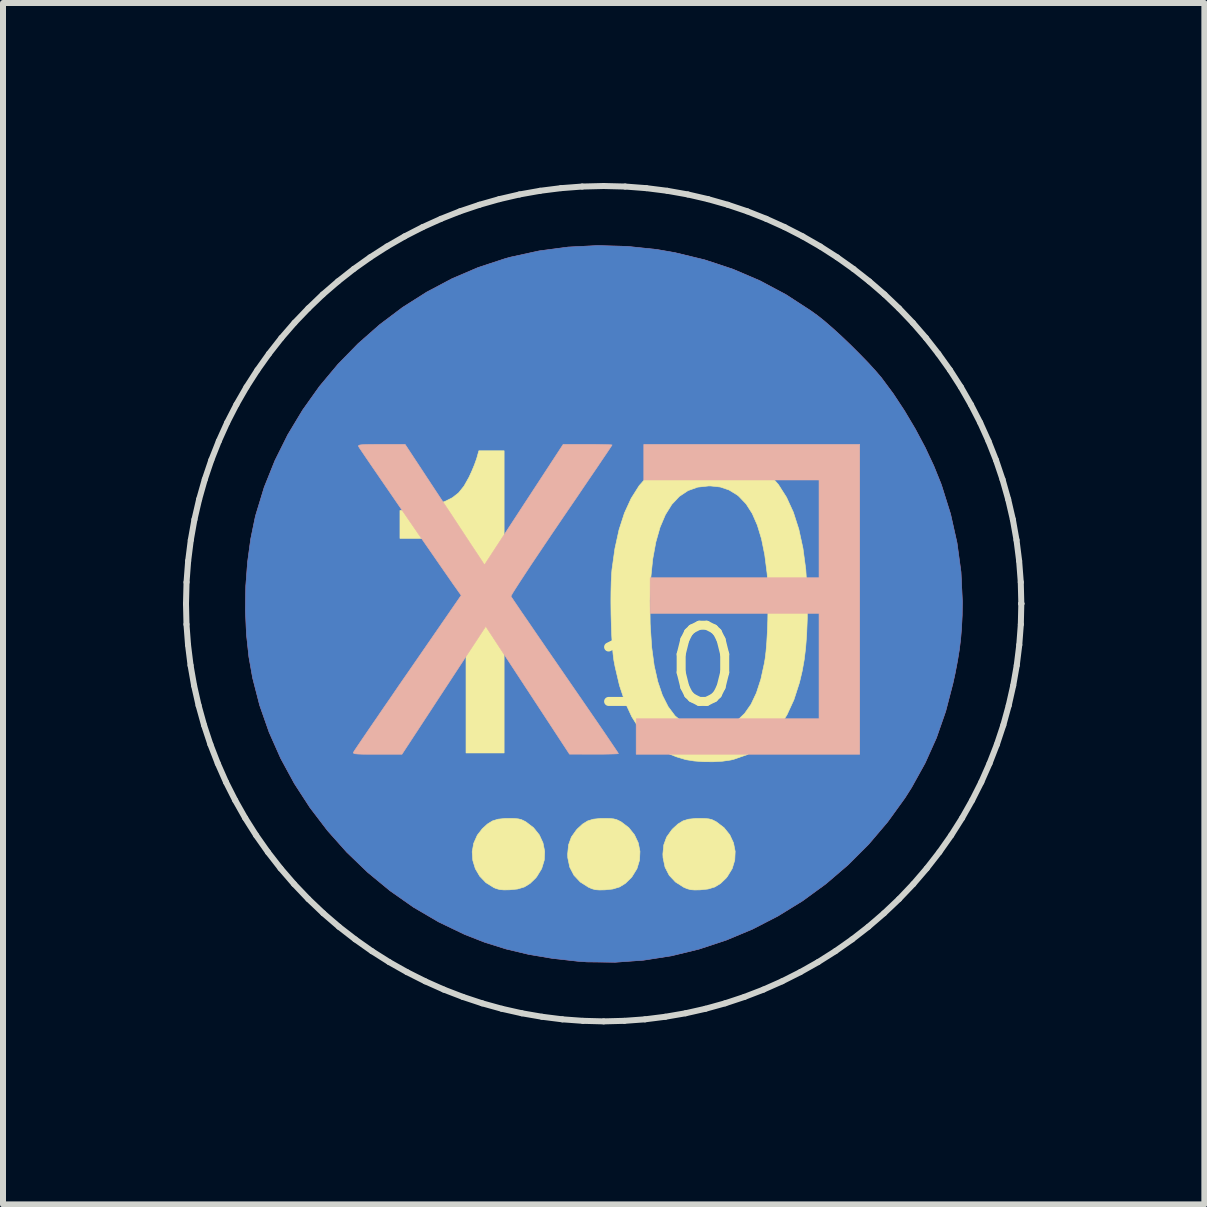
<source format=kicad_pcb>
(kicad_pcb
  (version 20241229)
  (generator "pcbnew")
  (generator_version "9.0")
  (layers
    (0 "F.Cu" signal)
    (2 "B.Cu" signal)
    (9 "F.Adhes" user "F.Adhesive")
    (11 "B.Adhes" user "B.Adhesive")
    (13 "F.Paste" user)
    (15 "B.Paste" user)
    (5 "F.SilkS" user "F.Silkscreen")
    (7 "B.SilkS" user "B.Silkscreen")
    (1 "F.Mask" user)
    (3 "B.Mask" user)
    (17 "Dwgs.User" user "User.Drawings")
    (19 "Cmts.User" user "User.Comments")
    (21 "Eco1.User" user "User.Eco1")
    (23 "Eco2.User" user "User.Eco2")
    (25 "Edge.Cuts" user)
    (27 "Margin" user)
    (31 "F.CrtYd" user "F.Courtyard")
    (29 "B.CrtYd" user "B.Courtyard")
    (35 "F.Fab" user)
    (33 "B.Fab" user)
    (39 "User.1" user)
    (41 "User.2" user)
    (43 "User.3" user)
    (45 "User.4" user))
  (footprint "10"
    (layer "F.Cu")
    (at 8.061 8.061)
    (property "Reference" "10" (at 0 0 0) (layer "F.SilkS") (effects (font (size 1.27 1.27) (thickness 0.15))))
    (attr through_hole)
    (fp_poly (pts (xy -0.654 -7.004) (xy -0.162 -6.952) (xy 0.141 -6.899) (xy 0.632 -6.78) (xy 1.104 -6.624) (xy 1.555 -6.431) (xy 1.988 -6.2) (xy 2.402 -5.931) (xy 2.517 -5.848) (xy 2.632 -5.756) (xy 2.767 -5.639) (xy 2.914 -5.505) (xy 3.067 -5.359) (xy 3.217 -5.209) (xy 3.358 -5.064) (xy 3.482 -4.928) (xy 3.582 -4.811) (xy 3.586 -4.805) (xy 3.776 -4.549) (xy 3.963 -4.265) (xy 4.143 -3.962) (xy 4.308 -3.652) (xy 4.452 -3.345) (xy 4.57 -3.053) (xy 4.58 -3.026) (xy 4.731 -2.544) (xy 4.839 -2.062) (xy 4.905 -1.577) (xy 4.928 -1.09) (xy 4.925 -0.857) (xy 4.915 -0.654) (xy 4.9 -0.468) (xy 4.878 -0.286) (xy 4.847 -0.096) (xy 4.807 0.113) (xy 4.771 0.278) (xy 4.65 0.744) (xy 4.496 1.186) (xy 4.307 1.607) (xy 4.082 2.013) (xy 3.971 2.188) (xy 3.683 2.587) (xy 3.366 2.96) (xy 3.022 3.304) (xy 2.654 3.619) (xy 2.265 3.903) (xy 1.856 4.155) (xy 1.431 4.374) (xy 0.991 4.558) (xy 0.54 4.707) (xy 0.08 4.819) (xy -0.387 4.892) (xy -0.858 4.926) (xy -1.331 4.92) (xy -1.482 4.909) (xy -1.908 4.861) (xy -2.303 4.794) (xy -2.676 4.705) (xy -3.033 4.593) (xy -3.365 4.463) (xy -3.8 4.254) (xy -4.217 4.01) (xy -4.612 3.733) (xy -4.984 3.426) (xy -5.331 3.092) (xy -5.651 2.733) (xy -5.943 2.35) (xy -6.204 1.948) (xy -6.432 1.528) (xy -6.625 1.093) (xy -6.782 0.645) (xy -6.9 0.187) (xy -6.962 -0.162) (xy -7.003 -0.543) (xy -7.02 -0.94) (xy -7.014 -1.343) (xy -6.984 -1.742) (xy -6.932 -2.126) (xy -6.858 -2.485) (xy -6.847 -2.529) (xy -6.707 -2.989) (xy -6.528 -3.435) (xy -6.314 -3.865) (xy -6.066 -4.277) (xy -5.787 -4.669) (xy -5.479 -5.038) (xy -5.143 -5.382) (xy -4.783 -5.699) (xy -4.401 -5.987) (xy -3.997 -6.243) (xy -3.576 -6.466) (xy -3.139 -6.653) (xy -2.688 -6.801) (xy -2.596 -6.826) (xy -2.124 -6.929) (xy -1.64 -6.993) (xy -1.148 -7.018) (xy -0.654 -7.004)) (stroke (width 0.01) (type solid)) (fill yes) (layer "F.Cu"))
    (fp_poly (pts (xy -0.654 -7.004) (xy -0.162 -6.952) (xy 0.141 -6.899) (xy 0.632 -6.78) (xy 1.104 -6.624) (xy 1.555 -6.431) (xy 1.988 -6.2) (xy 2.402 -5.931) (xy 2.517 -5.848) (xy 2.632 -5.756) (xy 2.767 -5.639) (xy 2.914 -5.505) (xy 3.067 -5.359) (xy 3.217 -5.209) (xy 3.358 -5.064) (xy 3.482 -4.928) (xy 3.582 -4.811) (xy 3.586 -4.805) (xy 3.776 -4.549) (xy 3.963 -4.265) (xy 4.143 -3.962) (xy 4.308 -3.652) (xy 4.452 -3.345) (xy 4.57 -3.053) (xy 4.58 -3.026) (xy 4.731 -2.544) (xy 4.839 -2.062) (xy 4.905 -1.577) (xy 4.928 -1.09) (xy 4.925 -0.857) (xy 4.915 -0.654) (xy 4.9 -0.468) (xy 4.878 -0.286) (xy 4.847 -0.096) (xy 4.807 0.113) (xy 4.771 0.278) (xy 4.65 0.744) (xy 4.496 1.186) (xy 4.307 1.607) (xy 4.082 2.013) (xy 3.971 2.188) (xy 3.683 2.587) (xy 3.366 2.96) (xy 3.022 3.304) (xy 2.654 3.619) (xy 2.265 3.903) (xy 1.856 4.155) (xy 1.431 4.374) (xy 0.991 4.558) (xy 0.54 4.707) (xy 0.08 4.819) (xy -0.387 4.892) (xy -0.858 4.926) (xy -1.331 4.92) (xy -1.482 4.909) (xy -1.908 4.861) (xy -2.303 4.794) (xy -2.676 4.705) (xy -3.033 4.593) (xy -3.365 4.463) (xy -3.8 4.254) (xy -4.217 4.01) (xy -4.612 3.733) (xy -4.984 3.426) (xy -5.331 3.092) (xy -5.651 2.733) (xy -5.943 2.35) (xy -6.204 1.948) (xy -6.432 1.528) (xy -6.625 1.093) (xy -6.782 0.645) (xy -6.9 0.187) (xy -6.962 -0.162) (xy -7.003 -0.543) (xy -7.02 -0.94) (xy -7.014 -1.343) (xy -6.984 -1.742) (xy -6.932 -2.126) (xy -6.858 -2.485) (xy -6.847 -2.529) (xy -6.707 -2.989) (xy -6.528 -3.435) (xy -6.314 -3.865) (xy -6.066 -4.277) (xy -5.787 -4.669) (xy -5.479 -5.038) (xy -5.143 -5.382) (xy -4.783 -5.699) (xy -4.401 -5.987) (xy -3.997 -6.243) (xy -3.576 -6.466) (xy -3.139 -6.653) (xy -2.688 -6.801) (xy -2.596 -6.826) (xy -2.124 -6.929) (xy -1.64 -6.993) (xy -1.148 -7.018) (xy -0.654 -7.004)) (stroke (width 0.01) (type solid)) (fill yes) (layer "B.Cu"))
    (fp_poly (pts (xy -2.709 1.439) (xy -3.344 1.439) (xy -3.344 -2.138) (xy -4.445 -2.138) (xy -4.445 -2.603) (xy -4.389 -2.603) (xy -4.332 -2.609) (xy -4.245 -2.623) (xy -4.137 -2.643) (xy -4.021 -2.668) (xy -3.906 -2.695) (xy -3.802 -2.722) (xy -3.722 -2.745) (xy -3.696 -2.754) (xy -3.571 -2.816) (xy -3.467 -2.898) (xy -3.377 -3.01) (xy -3.295 -3.156) (xy -3.292 -3.162) (xy -3.247 -3.26) (xy -3.205 -3.361) (xy -3.174 -3.447) (xy -3.164 -3.477) (xy -3.13 -3.598) (xy -2.709 -3.598) (xy -2.709 1.439)) (stroke (width 0.01) (type solid)) (fill yes) (layer "F.SilkS"))
    (fp_poly (pts (xy -2.539 2.531) (xy -2.472 2.537) (xy -2.42 2.55) (xy -2.37 2.574) (xy -2.346 2.587) (xy -2.219 2.684) (xy -2.123 2.803) (xy -2.061 2.937) (xy -2.033 3.079) (xy -2.04 3.225) (xy -2.083 3.367) (xy -2.164 3.499) (xy -2.184 3.524) (xy -2.276 3.613) (xy -2.372 3.672) (xy -2.485 3.706) (xy -2.614 3.719) (xy -2.711 3.721) (xy -2.782 3.715) (xy -2.842 3.698) (xy -2.879 3.683) (xy -3.012 3.6) (xy -3.116 3.492) (xy -3.189 3.367) (xy -3.231 3.229) (xy -3.241 3.086) (xy -3.216 2.944) (xy -3.156 2.809) (xy -3.073 2.702) (xy -2.987 2.623) (xy -2.903 2.571) (xy -2.809 2.542) (xy -2.69 2.53) (xy -2.635 2.53) (xy -2.539 2.531)) (stroke (width 0.01) (type solid)) (fill yes) (layer "F.SilkS"))
    (fp_poly (pts (xy -0.952 2.531) (xy -0.884 2.537) (xy -0.833 2.55) (xy -0.783 2.574) (xy -0.758 2.587) (xy -0.631 2.684) (xy -0.536 2.803) (xy -0.473 2.937) (xy -0.445 3.079) (xy -0.452 3.225) (xy -0.495 3.367) (xy -0.576 3.499) (xy -0.597 3.524) (xy -0.689 3.613) (xy -0.785 3.672) (xy -0.898 3.706) (xy -1.027 3.72) (xy -1.12 3.722) (xy -1.188 3.717) (xy -1.246 3.701) (xy -1.302 3.677) (xy -1.44 3.589) (xy -1.545 3.477) (xy -1.615 3.342) (xy -1.648 3.186) (xy -1.65 3.122) (xy -1.635 2.97) (xy -1.588 2.84) (xy -1.505 2.723) (xy -1.486 2.702) (xy -1.4 2.623) (xy -1.316 2.571) (xy -1.221 2.542) (xy -1.103 2.53) (xy -1.048 2.53) (xy -0.952 2.531)) (stroke (width 0.01) (type solid)) (fill yes) (layer "F.SilkS"))
    (fp_poly (pts (xy 0.636 2.531) (xy 0.703 2.537) (xy 0.755 2.55) (xy 0.805 2.574) (xy 0.829 2.587) (xy 0.956 2.684) (xy 1.052 2.803) (xy 1.114 2.937) (xy 1.142 3.079) (xy 1.135 3.225) (xy 1.092 3.367) (xy 1.011 3.499) (xy 0.991 3.524) (xy 0.899 3.613) (xy 0.803 3.672) (xy 0.69 3.706) (xy 0.561 3.72) (xy 0.467 3.722) (xy 0.4 3.717) (xy 0.342 3.701) (xy 0.285 3.677) (xy 0.147 3.589) (xy 0.042 3.477) (xy -0.027 3.342) (xy -0.06 3.186) (xy -0.063 3.122) (xy -0.048 2.97) (xy -0.000322 2.84) (xy 0.083 2.723) (xy 0.102 2.702) (xy 0.188 2.623) (xy 0.272 2.571) (xy 0.366 2.542) (xy 0.485 2.53) (xy 0.54 2.53) (xy 0.636 2.531)) (stroke (width 0.01) (type solid)) (fill yes) (layer "F.SilkS"))
    (fp_poly (pts (xy 0.96 -3.567) (xy 1.173 -3.525) (xy 1.364 -3.453) (xy 1.54 -3.35) (xy 1.704 -3.214) (xy 1.862 -3.036) (xy 1.998 -2.822) (xy 2.112 -2.573) (xy 2.203 -2.289) (xy 2.272 -1.971) (xy 2.319 -1.619) (xy 2.343 -1.235) (xy 2.344 -0.818) (xy 2.343 -0.776) (xy 2.333 -0.526) (xy 2.316 -0.308) (xy 2.292 -0.112) (xy 2.259 0.073) (xy 2.216 0.255) (xy 2.212 0.27) (xy 2.121 0.552) (xy 2.006 0.802) (xy 1.87 1.02) (xy 1.712 1.205) (xy 1.534 1.354) (xy 1.337 1.468) (xy 1.122 1.543) (xy 1.069 1.556) (xy 0.932 1.576) (xy 0.775 1.585) (xy 0.611 1.584) (xy 0.457 1.572) (xy 0.326 1.551) (xy 0.307 1.546) (xy 0.17 1.505) (xy 0.06 1.462) (xy -0.042 1.409) (xy -0.127 1.354) (xy -0.299 1.215) (xy -0.45 1.042) (xy -0.581 0.835) (xy -0.693 0.593) (xy -0.786 0.314) (xy -0.86 -0.001) (xy -0.88 -0.106) (xy -0.893 -0.209) (xy -0.905 -0.347) (xy -0.915 -0.51) (xy -0.922 -0.69) (xy -0.927 -0.878) (xy -0.929 -1.067) (xy -0.929 -1.116) (xy -0.279 -1.116) (xy -0.275 -0.722) (xy -0.272 -0.664) (xy -0.249 -0.321) (xy -0.208 -0.017) (xy -0.148 0.249) (xy -0.071 0.477) (xy 0.025 0.667) (xy 0.139 0.819) (xy 0.272 0.933) (xy 0.422 1.009) (xy 0.591 1.048) (xy 0.73 1.052) (xy 0.847 1.042) (xy 0.945 1.019) (xy 1.031 0.985) (xy 1.174 0.9) (xy 1.299 0.781) (xy 1.406 0.628) (xy 1.496 0.438) (xy 1.57 0.21) (xy 1.628 -0.055) (xy 1.641 -0.131) (xy 1.656 -0.254) (xy 1.669 -0.41) (xy 1.679 -0.589) (xy 1.686 -0.782) (xy 1.689 -0.978) (xy 1.69 -1.169) (xy 1.686 -1.344) (xy 1.679 -1.494) (xy 1.674 -1.556) (xy 1.635 -1.862) (xy 1.581 -2.129) (xy 1.511 -2.359) (xy 1.426 -2.553) (xy 1.324 -2.712) (xy 1.205 -2.837) (xy 1.173 -2.863) (xy 1.039 -2.945) (xy 0.894 -2.994) (xy 0.729 -3.012) (xy 0.699 -3.012) (xy 0.518 -2.992) (xy 0.356 -2.934) (xy 0.212 -2.838) (xy 0.086 -2.704) (xy -0.021 -2.532) (xy -0.11 -2.323) (xy -0.18 -2.077) (xy -0.232 -1.794) (xy -0.265 -1.473) (xy -0.279 -1.116) (xy -0.929 -1.116) (xy -0.928 -1.247) (xy -0.924 -1.411) (xy -0.917 -1.549) (xy -0.912 -1.614) (xy -0.863 -1.965) (xy -0.794 -2.28) (xy -0.704 -2.559) (xy -0.592 -2.804) (xy -0.459 -3.015) (xy -0.303 -3.193) (xy -0.176 -3.302) (xy -0.013 -3.412) (xy 0.148 -3.491) (xy 0.319 -3.544) (xy 0.509 -3.573) (xy 0.72 -3.581) (xy 0.96 -3.567)) (stroke (width 0.01) (type solid)) (fill yes) (layer "F.SilkS"))
    (fp_poly (pts (xy 3.217 1.46) (xy -0.508 1.46) (xy -0.508 0.868) (xy 2.54 0.868) (xy 2.54 -0.889) (xy -0.275 -0.889) (xy -0.275 -1.482) (xy 2.54 -1.482) (xy 2.54 -3.111) (xy -0.381 -3.111) (xy -0.381 -3.704) (xy 3.217 -3.704) (xy 3.217 1.46)) (stroke (width 0.01) (type solid)) (fill yes) (layer "B.SilkS"))
    (fp_poly (pts (xy -3.882 -2.979) (xy -3.77 -2.809) (xy -3.657 -2.638) (xy -3.548 -2.473) (xy -3.447 -2.319) (xy -3.357 -2.182) (xy -3.282 -2.068) (xy -3.226 -1.983) (xy -3.22 -1.975) (xy -3.036 -1.696) (xy -2.381 -2.7) (xy -1.725 -3.704) (xy -1.318 -3.704) (xy -1.192 -3.704) (xy -1.081 -3.702) (xy -0.993 -3.7) (xy -0.934 -3.698) (xy -0.91 -3.695) (xy -0.91 -3.695) (xy -0.922 -3.676) (xy -0.955 -3.626) (xy -1.009 -3.545) (xy -1.081 -3.439) (xy -1.169 -3.308) (xy -1.272 -3.157) (xy -1.387 -2.988) (xy -1.512 -2.803) (xy -1.647 -2.606) (xy -1.758 -2.443) (xy -1.898 -2.237) (xy -2.03 -2.041) (xy -2.153 -1.858) (xy -2.265 -1.691) (xy -2.363 -1.542) (xy -2.447 -1.414) (xy -2.514 -1.31) (xy -2.562 -1.234) (xy -2.589 -1.187) (xy -2.595 -1.173) (xy -2.582 -1.152) (xy -2.546 -1.098) (xy -2.49 -1.015) (xy -2.416 -0.906) (xy -2.325 -0.774) (xy -2.22 -0.62) (xy -2.102 -0.448) (xy -1.974 -0.261) (xy -1.836 -0.061) (xy -1.695 0.144) (xy -1.551 0.353) (xy -1.414 0.552) (xy -1.286 0.738) (xy -1.169 0.908) (xy -1.065 1.06) (xy -0.976 1.191) (xy -0.904 1.298) (xy -0.85 1.378) (xy -0.816 1.429) (xy -0.804 1.448) (xy -0.824 1.452) (xy -0.88 1.455) (xy -0.966 1.457) (xy -1.074 1.459) (xy -1.199 1.459) (xy -1.212 1.459) (xy -1.619 1.458) (xy -2.317 0.393) (xy -3.015 -0.672) (xy -3.281 -0.267) (xy -3.358 -0.15) (xy -3.453 -0.004) (xy -3.561 0.161) (xy -3.677 0.338) (xy -3.796 0.519) (xy -3.912 0.697) (xy -3.979 0.799) (xy -4.412 1.46) (xy -4.822 1.46) (xy -4.965 1.46) (xy -5.07 1.459) (xy -5.143 1.456) (xy -5.189 1.452) (xy -5.214 1.445) (xy -5.222 1.435) (xy -5.22 1.429) (xy -5.207 1.406) (xy -5.171 1.352) (xy -5.115 1.269) (xy -5.04 1.159) (xy -4.949 1.025) (xy -4.843 0.871) (xy -4.725 0.698) (xy -4.596 0.511) (xy -4.459 0.31) (xy -4.316 0.104) (xy -3.424 -1.189) (xy -3.465 -1.245) (xy -3.498 -1.292) (xy -3.551 -1.366) (xy -3.62 -1.466) (xy -3.705 -1.588) (xy -3.802 -1.728) (xy -3.909 -1.883) (xy -4.024 -2.049) (xy -4.144 -2.222) (xy -4.267 -2.401) (xy -4.39 -2.58) (xy -4.512 -2.757) (xy -4.629 -2.928) (xy -4.74 -3.089) (xy -4.842 -3.238) (xy -4.933 -3.37) (xy -5.009 -3.482) (xy -5.07 -3.572) (xy -5.112 -3.634) (xy -5.133 -3.667) (xy -5.135 -3.67) (xy -5.136 -3.682) (xy -5.124 -3.691) (xy -5.095 -3.697) (xy -5.043 -3.701) (xy -4.963 -3.703) (xy -4.849 -3.704) (xy -4.753 -3.704) (xy -4.359 -3.704) (xy -3.882 -2.979)) (stroke (width 0.01) (type solid)) (fill yes) (layer "B.SilkS"))
    (fp_line (start -8.011 -1.05) (end -8.002 -1.408) (stroke (width 0.1) (type solid)) (layer "Edge.Cuts"))
    (fp_line (start -8.003 -0.705) (end -8.011 -1.05) (stroke (width 0.1) (type solid)) (layer "Edge.Cuts"))
    (fp_line (start -8.002 -1.408) (end -7.975 -1.762) (stroke (width 0.1) (type solid)) (layer "Edge.Cuts"))
    (fp_line (start -7.977 -0.362) (end -8.003 -0.705) (stroke (width 0.1) (type solid)) (layer "Edge.Cuts"))
    (fp_line (start -7.975 -1.762) (end -7.931 -2.11) (stroke (width 0.1) (type solid)) (layer "Edge.Cuts"))
    (fp_line (start -7.935 -0.022) (end -7.977 -0.362) (stroke (width 0.1) (type solid)) (layer "Edge.Cuts"))
    (fp_line (start -7.931 -2.11) (end -7.87 -2.453) (stroke (width 0.1) (type solid)) (layer "Edge.Cuts"))
    (fp_line (start -7.876 0.315) (end -7.935 -0.022) (stroke (width 0.1) (type solid)) (layer "Edge.Cuts"))
    (fp_line (start -7.87 -2.453) (end -7.792 -2.789) (stroke (width 0.1) (type solid)) (layer "Edge.Cuts"))
    (fp_line (start -7.801 0.647) (end -7.876 0.315) (stroke (width 0.1) (type solid)) (layer "Edge.Cuts"))
    (fp_line (start -7.792 -2.789) (end -7.698 -3.12) (stroke (width 0.1) (type solid)) (layer "Edge.Cuts"))
    (fp_line (start -7.71 0.975) (end -7.801 0.647) (stroke (width 0.1) (type solid)) (layer "Edge.Cuts"))
    (fp_line (start -7.698 -3.12) (end -7.589 -3.443) (stroke (width 0.1) (type solid)) (layer "Edge.Cuts"))
    (fp_line (start -7.604 1.297) (end -7.71 0.975) (stroke (width 0.1) (type solid)) (layer "Edge.Cuts"))
    (fp_line (start -7.589 -3.443) (end -7.464 -3.759) (stroke (width 0.1) (type solid)) (layer "Edge.Cuts"))
    (fp_line (start -7.481 1.614) (end -7.604 1.297) (stroke (width 0.1) (type solid)) (layer "Edge.Cuts"))
    (fp_line (start -7.464 -3.759) (end -7.325 -4.068) (stroke (width 0.1) (type solid)) (layer "Edge.Cuts"))
    (fp_line (start -7.344 1.925) (end -7.481 1.614) (stroke (width 0.1) (type solid)) (layer "Edge.Cuts"))
    (fp_line (start -7.325 -4.068) (end -7.171 -4.368) (stroke (width 0.1) (type solid)) (layer "Edge.Cuts"))
    (fp_line (start -7.191 2.228) (end -7.344 1.925) (stroke (width 0.1) (type solid)) (layer "Edge.Cuts"))
    (fp_line (start -7.171 -4.368) (end -7.003 -4.66) (stroke (width 0.1) (type solid)) (layer "Edge.Cuts"))
    (fp_line (start -7.024 2.524) (end -7.191 2.228) (stroke (width 0.1) (type solid)) (layer "Edge.Cuts"))
    (fp_line (start -7.003 -4.66) (end -6.822 -4.942) (stroke (width 0.1) (type solid)) (layer "Edge.Cuts"))
    (fp_line (start -6.842 2.812) (end -7.024 2.524) (stroke (width 0.1) (type solid)) (layer "Edge.Cuts"))
    (fp_line (start -6.822 -4.942) (end -6.628 -5.215) (stroke (width 0.1) (type solid)) (layer "Edge.Cuts"))
    (fp_line (start -6.645 3.092) (end -6.842 2.812) (stroke (width 0.1) (type solid)) (layer "Edge.Cuts"))
    (fp_line (start -6.628 -5.215) (end -6.422 -5.478) (stroke (width 0.1) (type solid)) (layer "Edge.Cuts"))
    (fp_line (start -6.435 3.362) (end -6.645 3.092) (stroke (width 0.1) (type solid)) (layer "Edge.Cuts"))
    (fp_line (start -6.422 -5.478) (end -6.203 -5.731) (stroke (width 0.1) (type solid)) (layer "Edge.Cuts"))
    (fp_line (start -6.21 3.623) (end -6.435 3.362) (stroke (width 0.1) (type solid)) (layer "Edge.Cuts"))
    (fp_line (start -6.203 -5.731) (end -5.972 -5.972) (stroke (width 0.1) (type solid)) (layer "Edge.Cuts"))
    (fp_line (start -5.972 -5.972) (end -5.731 -6.203) (stroke (width 0.1) (type solid)) (layer "Edge.Cuts"))
    (fp_line (start -5.972 3.873) (end -6.21 3.623) (stroke (width 0.1) (type solid)) (layer "Edge.Cuts"))
    (fp_line (start -5.731 -6.203) (end -5.478 -6.421) (stroke (width 0.1) (type solid)) (layer "Edge.Cuts"))
    (fp_line (start -5.722 4.111) (end -5.972 3.873) (stroke (width 0.1) (type solid)) (layer "Edge.Cuts"))
    (fp_line (start -5.478 -6.421) (end -5.215 -6.628) (stroke (width 0.1) (type solid)) (layer "Edge.Cuts"))
    (fp_line (start -5.462 4.335) (end -5.722 4.111) (stroke (width 0.1) (type solid)) (layer "Edge.Cuts"))
    (fp_line (start -5.215 -6.628) (end -4.942 -6.822) (stroke (width 0.1) (type solid)) (layer "Edge.Cuts"))
    (fp_line (start -5.191 4.545) (end -5.462 4.335) (stroke (width 0.1) (type solid)) (layer "Edge.Cuts"))
    (fp_line (start -4.942 -6.822) (end -4.66 -7.003) (stroke (width 0.1) (type solid)) (layer "Edge.Cuts"))
    (fp_line (start -4.912 4.742) (end -5.191 4.545) (stroke (width 0.1) (type solid)) (layer "Edge.Cuts"))
    (fp_line (start -4.66 -7.003) (end -4.368 -7.171) (stroke (width 0.1) (type solid)) (layer "Edge.Cuts"))
    (fp_line (start -4.624 4.924) (end -4.912 4.742) (stroke (width 0.1) (type solid)) (layer "Edge.Cuts"))
    (fp_line (start -4.368 -7.171) (end -4.068 -7.325) (stroke (width 0.1) (type solid)) (layer "Edge.Cuts"))
    (fp_line (start -4.328 5.091) (end -4.624 4.924) (stroke (width 0.1) (type solid)) (layer "Edge.Cuts"))
    (fp_line (start -4.068 -7.325) (end -3.76 -7.464) (stroke (width 0.1) (type solid)) (layer "Edge.Cuts"))
    (fp_line (start -4.024 5.244) (end -4.328 5.091) (stroke (width 0.1) (type solid)) (layer "Edge.Cuts"))
    (fp_line (start -3.76 -7.464) (end -3.444 -7.589) (stroke (width 0.1) (type solid)) (layer "Edge.Cuts"))
    (fp_line (start -3.714 5.382) (end -4.024 5.244) (stroke (width 0.1) (type solid)) (layer "Edge.Cuts"))
    (fp_line (start -3.444 -7.589) (end -3.12 -7.698) (stroke (width 0.1) (type solid)) (layer "Edge.Cuts"))
    (fp_line (start -3.397 5.504) (end -3.714 5.382) (stroke (width 0.1) (type solid)) (layer "Edge.Cuts"))
    (fp_line (start -3.12 -7.698) (end -2.79 -7.792) (stroke (width 0.1) (type solid)) (layer "Edge.Cuts"))
    (fp_line (start -3.075 5.611) (end -3.397 5.504) (stroke (width 0.1) (type solid)) (layer "Edge.Cuts"))
    (fp_line (start -2.79 -7.792) (end -2.453 -7.87) (stroke (width 0.1) (type solid)) (layer "Edge.Cuts"))
    (fp_line (start -2.747 5.702) (end -3.075 5.611) (stroke (width 0.1) (type solid)) (layer "Edge.Cuts"))
    (fp_line (start -2.453 -7.87) (end -2.11 -7.931) (stroke (width 0.1) (type solid)) (layer "Edge.Cuts"))
    (fp_line (start -2.414 5.777) (end -2.747 5.702) (stroke (width 0.1) (type solid)) (layer "Edge.Cuts"))
    (fp_line (start -2.11 -7.931) (end -1.762 -7.975) (stroke (width 0.1) (type solid)) (layer "Edge.Cuts"))
    (fp_line (start -2.078 5.835) (end -2.414 5.777) (stroke (width 0.1) (type solid)) (layer "Edge.Cuts"))
    (fp_line (start -1.762 -7.975) (end -1.408 -8.002) (stroke (width 0.1) (type solid)) (layer "Edge.Cuts"))
    (fp_line (start -1.738 5.878) (end -2.078 5.835) (stroke (width 0.1) (type solid)) (layer "Edge.Cuts"))
    (fp_line (start -1.408 -8.002) (end -1.05 -8.011) (stroke (width 0.1) (type solid)) (layer "Edge.Cuts"))
    (fp_line (start -1.395 5.903) (end -1.738 5.878) (stroke (width 0.1) (type solid)) (layer "Edge.Cuts"))
    (fp_line (start -1.05 -8.011) (end -0.692 -8.002) (stroke (width 0.1) (type solid)) (layer "Edge.Cuts"))
    (fp_line (start -1.05 5.912) (end -1.395 5.903) (stroke (width 0.1) (type solid)) (layer "Edge.Cuts"))
    (fp_line (start -0.705 5.903) (end -1.05 5.912) (stroke (width 0.1) (type solid)) (layer "Edge.Cuts"))
    (fp_line (start -0.692 -8.002) (end -0.338 -7.975) (stroke (width 0.1) (type solid)) (layer "Edge.Cuts"))
    (fp_line (start -0.362 5.878) (end -0.705 5.903) (stroke (width 0.1) (type solid)) (layer "Edge.Cuts"))
    (fp_line (start -0.338 -7.975) (end 0.01 -7.931) (stroke (width 0.1) (type solid)) (layer "Edge.Cuts"))
    (fp_line (start -0.022 5.835) (end -0.362 5.878) (stroke (width 0.1) (type solid)) (layer "Edge.Cuts"))
    (fp_line (start 0.01 -7.931) (end 0.353 -7.87) (stroke (width 0.1) (type solid)) (layer "Edge.Cuts"))
    (fp_line (start 0.315 5.777) (end -0.022 5.835) (stroke (width 0.1) (type solid)) (layer "Edge.Cuts"))
    (fp_line (start 0.353 -7.87) (end 0.69 -7.792) (stroke (width 0.1) (type solid)) (layer "Edge.Cuts"))
    (fp_line (start 0.647 5.702) (end 0.315 5.777) (stroke (width 0.1) (type solid)) (layer "Edge.Cuts"))
    (fp_line (start 0.69 -7.792) (end 1.02 -7.698) (stroke (width 0.1) (type solid)) (layer "Edge.Cuts"))
    (fp_line (start 0.975 5.611) (end 0.647 5.702) (stroke (width 0.1) (type solid)) (layer "Edge.Cuts"))
    (fp_line (start 1.02 -7.698) (end 1.344 -7.589) (stroke (width 0.1) (type solid)) (layer "Edge.Cuts"))
    (fp_line (start 1.297 5.504) (end 0.975 5.611) (stroke (width 0.1) (type solid)) (layer "Edge.Cuts"))
    (fp_line (start 1.344 -7.589) (end 1.66 -7.464) (stroke (width 0.1) (type solid)) (layer "Edge.Cuts"))
    (fp_line (start 1.614 5.382) (end 1.297 5.504) (stroke (width 0.1) (type solid)) (layer "Edge.Cuts"))
    (fp_line (start 1.66 -7.464) (end 1.968 -7.325) (stroke (width 0.1) (type solid)) (layer "Edge.Cuts"))
    (fp_line (start 1.925 5.244) (end 1.614 5.382) (stroke (width 0.1) (type solid)) (layer "Edge.Cuts"))
    (fp_line (start 1.968 -7.325) (end 2.268 -7.171) (stroke (width 0.1) (type solid)) (layer "Edge.Cuts"))
    (fp_line (start 2.228 5.091) (end 1.925 5.244) (stroke (width 0.1) (type solid)) (layer "Edge.Cuts"))
    (fp_line (start 2.268 -7.171) (end 2.56 -7.003) (stroke (width 0.1) (type solid)) (layer "Edge.Cuts"))
    (fp_line (start 2.524 4.924) (end 2.228 5.091) (stroke (width 0.1) (type solid)) (layer "Edge.Cuts"))
    (fp_line (start 2.56 -7.003) (end 2.842 -6.822) (stroke (width 0.1) (type solid)) (layer "Edge.Cuts"))
    (fp_line (start 2.812 4.742) (end 2.524 4.924) (stroke (width 0.1) (type solid)) (layer "Edge.Cuts"))
    (fp_line (start 2.842 -6.822) (end 3.115 -6.628) (stroke (width 0.1) (type solid)) (layer "Edge.Cuts"))
    (fp_line (start 3.092 4.545) (end 2.812 4.742) (stroke (width 0.1) (type solid)) (layer "Edge.Cuts"))
    (fp_line (start 3.115 -6.628) (end 3.378 -6.421) (stroke (width 0.1) (type solid)) (layer "Edge.Cuts"))
    (fp_line (start 3.362 4.335) (end 3.092 4.545) (stroke (width 0.1) (type solid)) (layer "Edge.Cuts"))
    (fp_line (start 3.378 -6.421) (end 3.631 -6.203) (stroke (width 0.1) (type solid)) (layer "Edge.Cuts"))
    (fp_line (start 3.622 4.111) (end 3.362 4.335) (stroke (width 0.1) (type solid)) (layer "Edge.Cuts"))
    (fp_line (start 3.631 -6.203) (end 3.873 -5.972) (stroke (width 0.1) (type solid)) (layer "Edge.Cuts"))
    (fp_line (start 3.873 -5.972) (end 4.103 -5.731) (stroke (width 0.1) (type solid)) (layer "Edge.Cuts"))
    (fp_line (start 3.873 3.873) (end 3.622 4.111) (stroke (width 0.1) (type solid)) (layer "Edge.Cuts"))
    (fp_line (start 4.103 -5.731) (end 4.322 -5.478) (stroke (width 0.1) (type solid)) (layer "Edge.Cuts"))
    (fp_line (start 4.111 3.623) (end 3.873 3.873) (stroke (width 0.1) (type solid)) (layer "Edge.Cuts"))
    (fp_line (start 4.322 -5.478) (end 4.528 -5.215) (stroke (width 0.1) (type solid)) (layer "Edge.Cuts"))
    (fp_line (start 4.335 3.362) (end 4.111 3.623) (stroke (width 0.1) (type solid)) (layer "Edge.Cuts"))
    (fp_line (start 4.528 -5.215) (end 4.723 -4.942) (stroke (width 0.1) (type solid)) (layer "Edge.Cuts"))
    (fp_line (start 4.545 3.092) (end 4.335 3.362) (stroke (width 0.1) (type solid)) (layer "Edge.Cuts"))
    (fp_line (start 4.723 -4.942) (end 4.904 -4.66) (stroke (width 0.1) (type solid)) (layer "Edge.Cuts"))
    (fp_line (start 4.742 2.812) (end 4.545 3.092) (stroke (width 0.1) (type solid)) (layer "Edge.Cuts"))
    (fp_line (start 4.904 -4.66) (end 5.071 -4.368) (stroke (width 0.1) (type solid)) (layer "Edge.Cuts"))
    (fp_line (start 4.924 2.524) (end 4.742 2.812) (stroke (width 0.1) (type solid)) (layer "Edge.Cuts"))
    (fp_line (start 5.071 -4.368) (end 5.225 -4.068) (stroke (width 0.1) (type solid)) (layer "Edge.Cuts"))
    (fp_line (start 5.091 2.228) (end 4.924 2.524) (stroke (width 0.1) (type solid)) (layer "Edge.Cuts"))
    (fp_line (start 5.225 -4.068) (end 5.364 -3.759) (stroke (width 0.1) (type solid)) (layer "Edge.Cuts"))
    (fp_line (start 5.244 1.925) (end 5.091 2.228) (stroke (width 0.1) (type solid)) (layer "Edge.Cuts"))
    (fp_line (start 5.364 -3.759) (end 5.489 -3.443) (stroke (width 0.1) (type solid)) (layer "Edge.Cuts"))
    (fp_line (start 5.381 1.614) (end 5.244 1.925) (stroke (width 0.1) (type solid)) (layer "Edge.Cuts"))
    (fp_line (start 5.489 -3.443) (end 5.598 -3.12) (stroke (width 0.1) (type solid)) (layer "Edge.Cuts"))
    (fp_line (start 5.504 1.297) (end 5.381 1.614) (stroke (width 0.1) (type solid)) (layer "Edge.Cuts"))
    (fp_line (start 5.598 -3.12) (end 5.692 -2.789) (stroke (width 0.1) (type solid)) (layer "Edge.Cuts"))
    (fp_line (start 5.611 0.975) (end 5.504 1.297) (stroke (width 0.1) (type solid)) (layer "Edge.Cuts"))
    (fp_line (start 5.692 -2.789) (end 5.77 -2.453) (stroke (width 0.1) (type solid)) (layer "Edge.Cuts"))
    (fp_line (start 5.701 0.647) (end 5.611 0.975) (stroke (width 0.1) (type solid)) (layer "Edge.Cuts"))
    (fp_line (start 5.77 -2.453) (end 5.831 -2.11) (stroke (width 0.1) (type solid)) (layer "Edge.Cuts"))
    (fp_line (start 5.776 0.315) (end 5.701 0.647) (stroke (width 0.1) (type solid)) (layer "Edge.Cuts"))
    (fp_line (start 5.831 -2.11) (end 5.875 -1.762) (stroke (width 0.1) (type solid)) (layer "Edge.Cuts"))
    (fp_line (start 5.835 -0.022) (end 5.776 0.315) (stroke (width 0.1) (type solid)) (layer "Edge.Cuts"))
    (fp_line (start 5.875 -1.762) (end 5.902 -1.408) (stroke (width 0.1) (type solid)) (layer "Edge.Cuts"))
    (fp_line (start 5.877 -0.362) (end 5.835 -0.022) (stroke (width 0.1) (type solid)) (layer "Edge.Cuts"))
    (fp_line (start 5.902 -1.408) (end 5.911 -1.05) (stroke (width 0.1) (type solid)) (layer "Edge.Cuts"))
    (fp_line (start 5.903 -0.705) (end 5.877 -0.362) (stroke (width 0.1) (type solid)) (layer "Edge.Cuts"))
    (fp_line (start 5.911 -1.05) (end 5.903 -0.705) (stroke (width 0.1) (type solid)) (layer "Edge.Cuts"))
    (fp_line (start 5.911 -1.05) (end 5.911 -1.05) (stroke (width 0.1) (type solid)) (layer "Edge.Cuts"))
    (fp_line (start 5.911 -1.05) (end 5.911 -1.05) (stroke (width 0.1) (type solid)) (layer "Edge.Cuts")))
  (gr_rect
    (start -3 -3)
    (end 17.023 17.023)
    (stroke (width 0.1) (type default))
    (fill no)
    (layer "Edge.Cuts")))
</source>
